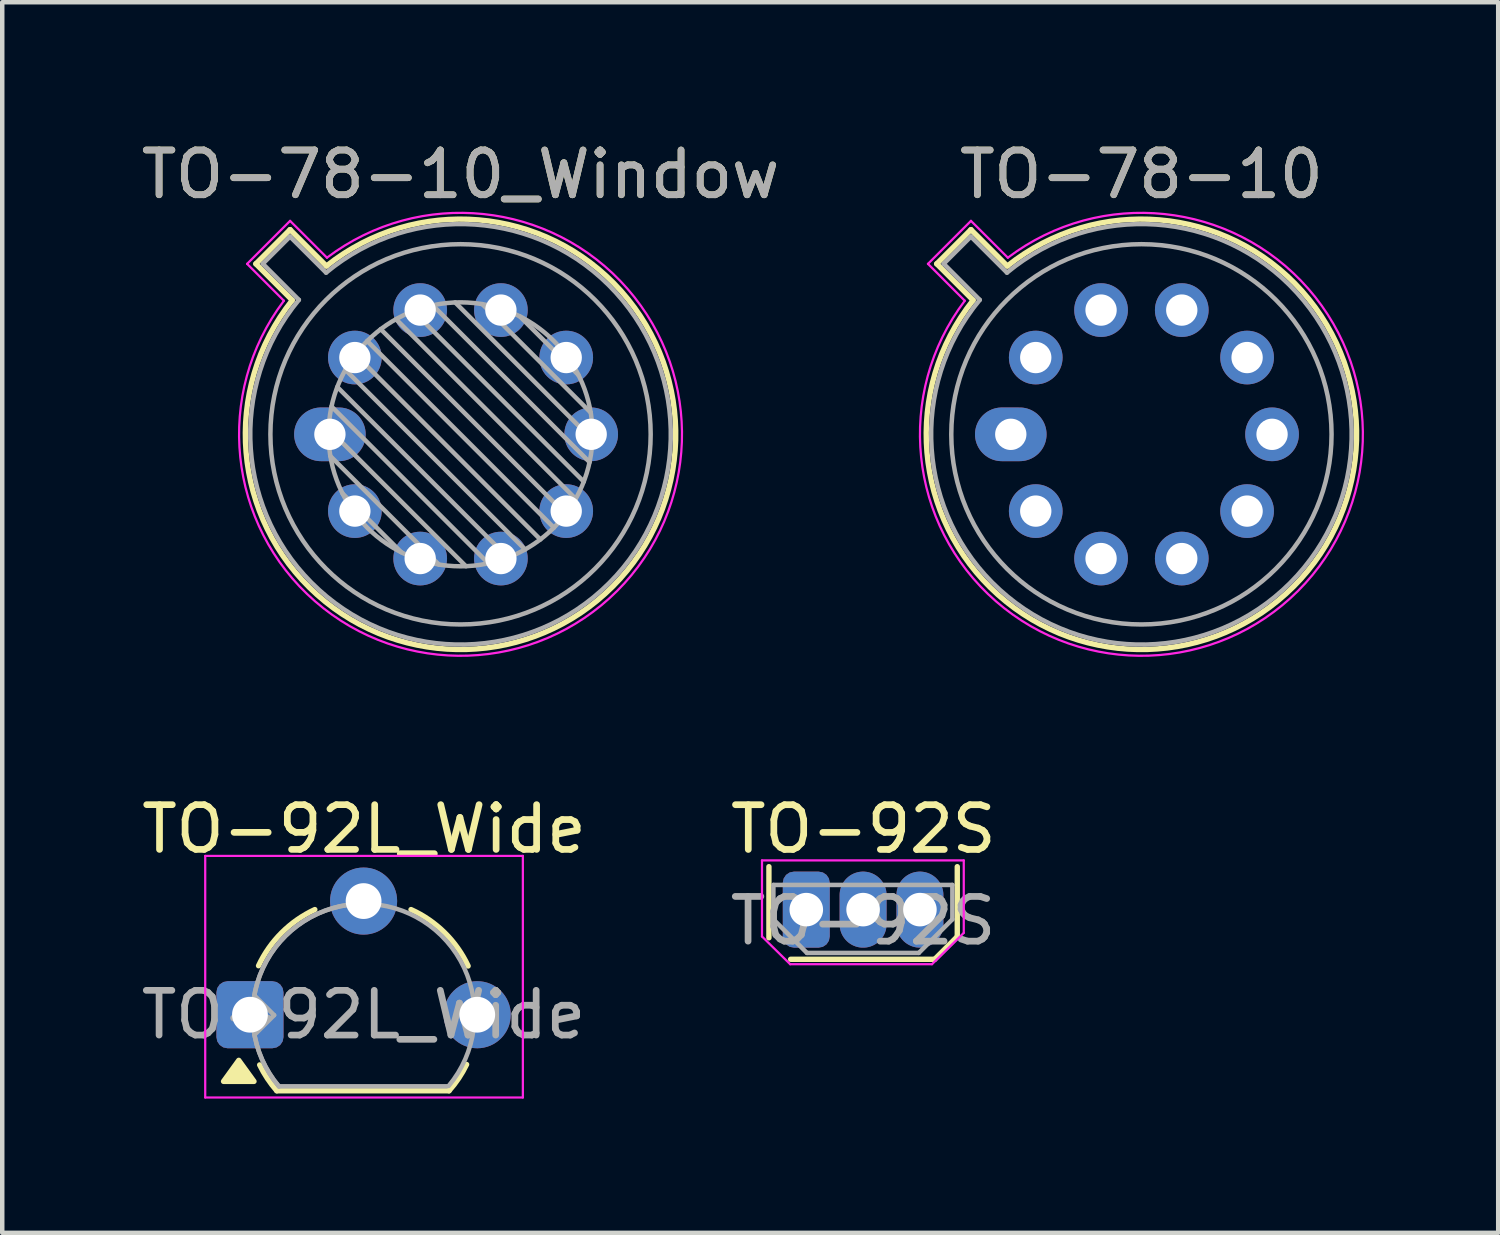
<source format=kicad_pcb>
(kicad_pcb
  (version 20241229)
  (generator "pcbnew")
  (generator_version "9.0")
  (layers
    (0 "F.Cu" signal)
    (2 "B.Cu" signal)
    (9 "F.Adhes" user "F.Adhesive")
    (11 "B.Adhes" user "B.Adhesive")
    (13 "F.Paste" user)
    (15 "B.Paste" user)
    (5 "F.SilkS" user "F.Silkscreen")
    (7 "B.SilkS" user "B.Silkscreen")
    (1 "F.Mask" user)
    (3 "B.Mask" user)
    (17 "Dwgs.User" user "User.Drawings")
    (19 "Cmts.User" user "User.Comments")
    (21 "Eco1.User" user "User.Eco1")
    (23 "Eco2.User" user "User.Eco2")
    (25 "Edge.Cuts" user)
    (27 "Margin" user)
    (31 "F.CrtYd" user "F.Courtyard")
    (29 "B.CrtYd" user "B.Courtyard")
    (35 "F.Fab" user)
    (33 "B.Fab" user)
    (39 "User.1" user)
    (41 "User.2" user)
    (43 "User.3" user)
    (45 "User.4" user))
  (footprint "TO-78-10_Window"
    (layer "F.Cu")
    (at 4.324 6.658)
    (property "Reference" "TO-78-10_Window" (at 2.92 -5.81 0) (layer "F.SilkS") (effects (font (size 1 1) (thickness 0.15))))
    (attr through_hole)
    (fp_line (start -1.655 -3.811) (end -0.842 -2.998) (stroke (width 0.12) (type solid)) (layer "F.SilkS"))
    (fp_line (start -0.891 -4.575) (end -1.655 -3.811) (stroke (width 0.12) (type solid)) (layer "F.SilkS"))
    (fp_line (start -0.078 -3.762) (end -0.891 -4.575) (stroke (width 0.12) (type solid)) (layer "F.SilkS"))
    (fp_arc (start -0.077844 -3.76152) (mid 6.321184 3.401184) (end -0.84152 -2.997844) (stroke (width 0.12) (type solid)) (layer "F.SilkS"))
    (fp_line (start -1.851 -3.81) (end -1.028 -2.986) (stroke (width 0.05) (type solid)) (layer "F.CrtYd"))
    (fp_line (start -0.89 -4.771) (end -1.851 -3.81) (stroke (width 0.05) (type solid)) (layer "F.CrtYd"))
    (fp_line (start -0.066 -3.948) (end -0.89 -4.771) (stroke (width 0.05) (type solid)) (layer "F.CrtYd"))
    (fp_arc (start -0.066162 -3.947827) (mid 6.420179 3.500179) (end -1.027827 -2.986162) (stroke (width 0.05) (type solid)) (layer "F.CrtYd"))
    (fp_line (start -1.5 -3.812) (end -0.694 -3.005) (stroke (width 0.1) (type solid)) (layer "F.Fab"))
    (fp_line (start -0.892 -4.42) (end -1.5 -3.812) (stroke (width 0.1) (type solid)) (layer "F.Fab"))
    (fp_line (start -0.085 -3.614) (end -0.892 -4.42) (stroke (width 0.1) (type solid)) (layer "F.Fab"))
    (fp_line (start -0.028 -0.12) (end 3.04 2.948) (stroke (width 0.1) (type solid)) (layer "F.Fab"))
    (fp_line (start 0.009 0.485) (end 2.435 2.911) (stroke (width 0.1) (type solid)) (layer "F.Fab"))
    (fp_line (start 0.036 -0.622) (end 3.542 2.884) (stroke (width 0.1) (type solid)) (layer "F.Fab"))
    (fp_line (start 0.165 -1.058) (end 3.978 2.755) (stroke (width 0.1) (type solid)) (layer "F.Fab"))
    (fp_line (start 0.283 1.324) (end 1.596 2.637) (stroke (width 0.1) (type solid)) (layer "F.Fab"))
    (fp_line (start 0.346 -1.443) (end 4.363 2.574) (stroke (width 0.1) (type solid)) (layer "F.Fab"))
    (fp_line (start 0.57 -1.784) (end 4.704 2.35) (stroke (width 0.1) (type solid)) (layer "F.Fab"))
    (fp_line (start 0.834 -2.086) (end 5.006 2.086) (stroke (width 0.1) (type solid)) (layer "F.Fab"))
    (fp_line (start 1.136 -2.35) (end 5.27 1.784) (stroke (width 0.1) (type solid)) (layer "F.Fab"))
    (fp_line (start 1.477 -2.574) (end 5.494 1.443) (stroke (width 0.1) (type solid)) (layer "F.Fab"))
    (fp_line (start 1.862 -2.755) (end 5.675 1.058) (stroke (width 0.1) (type solid)) (layer "F.Fab"))
    (fp_line (start 2.298 -2.884) (end 5.804 0.622) (stroke (width 0.1) (type solid)) (layer "F.Fab"))
    (fp_line (start 2.8 -2.948) (end 5.868 0.12) (stroke (width 0.1) (type solid)) (layer "F.Fab"))
    (fp_line (start 3.405 -2.911) (end 5.831 -0.485) (stroke (width 0.1) (type solid)) (layer "F.Fab"))
    (fp_line (start 4.244 -2.637) (end 5.557 -1.324) (stroke (width 0.1) (type solid)) (layer "F.Fab"))
    (fp_arc (start -0.085408 -3.61352) (mid 6.243402 3.323402) (end -0.69352 -3.005408) (stroke (width 0.1) (type solid)) (layer "F.Fab"))
    (fp_circle (center 2.92 0) (end 5.87 0) (stroke (width 0.1) (type solid)) (fill no) (layer "F.Fab"))
    (fp_circle (center 2.92 0) (end 7.17 0) (stroke (width 0.1) (type solid)) (fill no) (layer "F.Fab"))
    (fp_text user "${REFERENCE}" (at 2.92 -5.81 0) (layer "F.Fab") (effects (font (size 1 1) (thickness 0.15))))
    (pad "1" thru_hole oval (at 0 0) (size 1.6 1.2) (drill 0.7) (layers "*.Cu" "*.Mask"))
    (pad "2" thru_hole circle (at 0.558 1.716) (size 1.2 1.2) (drill 0.7) (layers "*.Cu" "*.Mask"))
    (pad "3" thru_hole circle (at 2.018 2.777) (size 1.2 1.2) (drill 0.7) (layers "*.Cu" "*.Mask"))
    (pad "4" thru_hole circle (at 3.822 2.777) (size 1.2 1.2) (drill 0.7) (layers "*.Cu" "*.Mask"))
    (pad "5" thru_hole circle (at 5.282 1.716) (size 1.2 1.2) (drill 0.7) (layers "*.Cu" "*.Mask"))
    (pad "6" thru_hole circle (at 5.84 0) (size 1.2 1.2) (drill 0.7) (layers "*.Cu" "*.Mask"))
    (pad "7" thru_hole circle (at 5.282 -1.716) (size 1.2 1.2) (drill 0.7) (layers "*.Cu" "*.Mask"))
    (pad "8" thru_hole circle (at 3.822 -2.777) (size 1.2 1.2) (drill 0.7) (layers "*.Cu" "*.Mask"))
    (pad "9" thru_hole circle (at 2.018 -2.777) (size 1.2 1.2) (drill 0.7) (layers "*.Cu" "*.Mask"))
    (pad "10" thru_hole circle (at 0.558 -1.716) (size 1.2 1.2) (drill 0.7) (layers "*.Cu" "*.Mask")))
  (footprint "TO-78-10"
    (layer "F.Cu")
    (at 19.543 6.658)
    (property "Reference" "TO-78-10" (at 2.92 -5.81 0) (layer "F.SilkS") (effects (font (size 1 1) (thickness 0.15))))
    (attr through_hole)
    (fp_line (start -1.655 -3.811) (end -0.842 -2.998) (stroke (width 0.12) (type solid)) (layer "F.SilkS"))
    (fp_line (start -0.891 -4.575) (end -1.655 -3.811) (stroke (width 0.12) (type solid)) (layer "F.SilkS"))
    (fp_line (start -0.078 -3.762) (end -0.891 -4.575) (stroke (width 0.12) (type solid)) (layer "F.SilkS"))
    (fp_arc (start -0.077844 -3.76152) (mid 6.321184 3.401184) (end -0.84152 -2.997844) (stroke (width 0.12) (type solid)) (layer "F.SilkS"))
    (fp_line (start -1.851 -3.81) (end -1.028 -2.986) (stroke (width 0.05) (type solid)) (layer "F.CrtYd"))
    (fp_line (start -0.89 -4.771) (end -1.851 -3.81) (stroke (width 0.05) (type solid)) (layer "F.CrtYd"))
    (fp_line (start -0.066 -3.948) (end -0.89 -4.771) (stroke (width 0.05) (type solid)) (layer "F.CrtYd"))
    (fp_arc (start -0.066162 -3.947827) (mid 6.420179 3.500179) (end -1.027827 -2.986162) (stroke (width 0.05) (type solid)) (layer "F.CrtYd"))
    (fp_line (start -1.5 -3.812) (end -0.694 -3.005) (stroke (width 0.1) (type solid)) (layer "F.Fab"))
    (fp_line (start -0.892 -4.42) (end -1.5 -3.812) (stroke (width 0.1) (type solid)) (layer "F.Fab"))
    (fp_line (start -0.085 -3.614) (end -0.892 -4.42) (stroke (width 0.1) (type solid)) (layer "F.Fab"))
    (fp_arc (start -0.085408 -3.61352) (mid 6.243402 3.323402) (end -0.69352 -3.005408) (stroke (width 0.1) (type solid)) (layer "F.Fab"))
    (fp_circle (center 2.92 0) (end 7.17 0) (stroke (width 0.1) (type solid)) (fill no) (layer "F.Fab"))
    (fp_text user "${REFERENCE}" (at 2.92 -5.81 0) (layer "F.Fab") (effects (font (size 1 1) (thickness 0.15))))
    (pad "1" thru_hole oval (at 0 0) (size 1.6 1.2) (drill 0.7) (layers "*.Cu" "*.Mask"))
    (pad "2" thru_hole circle (at 0.558 1.716) (size 1.2 1.2) (drill 0.7) (layers "*.Cu" "*.Mask"))
    (pad "3" thru_hole circle (at 2.018 2.777) (size 1.2 1.2) (drill 0.7) (layers "*.Cu" "*.Mask"))
    (pad "4" thru_hole circle (at 3.822 2.777) (size 1.2 1.2) (drill 0.7) (layers "*.Cu" "*.Mask"))
    (pad "5" thru_hole circle (at 5.282 1.716) (size 1.2 1.2) (drill 0.7) (layers "*.Cu" "*.Mask"))
    (pad "6" thru_hole circle (at 5.84 0) (size 1.2 1.2) (drill 0.7) (layers "*.Cu" "*.Mask"))
    (pad "7" thru_hole circle (at 5.282 -1.716) (size 1.2 1.2) (drill 0.7) (layers "*.Cu" "*.Mask"))
    (pad "8" thru_hole circle (at 3.822 -2.777) (size 1.2 1.2) (drill 0.7) (layers "*.Cu" "*.Mask"))
    (pad "9" thru_hole circle (at 2.018 -2.777) (size 1.2 1.2) (drill 0.7) (layers "*.Cu" "*.Mask"))
    (pad "10" thru_hole circle (at 0.558 -1.716) (size 1.2 1.2) (drill 0.7) (layers "*.Cu" "*.Mask")))
  (footprint "TO-92L_Wide"
    (layer "F.Cu")
    (at 2.537 19.631)
    (property "Reference" "TO-92L_Wide" (at 2.55 -4.15 0) (layer "F.SilkS") (effects (font (size 1 1) (thickness 0.15))))
    (attr through_hole)
    (fp_line (start 0.6 1.7) (end 4.45 1.7) (stroke (width 0.12) (type solid)) (layer "F.SilkS"))
    (fp_arc (start 0.192226 -1.094786) (mid 0.710119 -1.833613) (end 1.45 -2.35) (stroke (width 0.12) (type solid)) (layer "F.SilkS"))
    (fp_arc (start 0.6 1.7) (mid 0.389183 1.423933) (end 0.217369 1.122045) (stroke (width 0.12) (type solid)) (layer "F.SilkS"))
    (fp_arc (start 3.6 -2.35) (mid 4.351408 -1.834367) (end 4.876463 -1.089513) (stroke (width 0.12) (type solid)) (layer "F.SilkS"))
    (fp_arc (start 4.842383 1.112264) (mid 4.666594 1.419753) (end 4.45 1.7) (stroke (width 0.12) (type solid)) (layer "F.SilkS"))
    (fp_poly (pts (xy -0.25 1.02) (xy 0.09 1.49) (xy -0.59 1.49)) (stroke (width 0.12) (type solid)) (fill yes) (layer "F.SilkS"))
    (fp_line (start -1 -3.55) (end -1 1.85) (stroke (width 0.05) (type solid)) (layer "F.CrtYd"))
    (fp_line (start -1 1.85) (end 6.1 1.85) (stroke (width 0.05) (type solid)) (layer "F.CrtYd"))
    (fp_line (start 6.1 -3.55) (end -1 -3.55) (stroke (width 0.05) (type solid)) (layer "F.CrtYd"))
    (fp_line (start 6.1 1.85) (end 6.1 -3.55) (stroke (width 0.05) (type solid)) (layer "F.CrtYd"))
    (fp_line (start 0.1 -0.43) (end 0.54 0.01) (stroke (width 0.1) (type default)) (layer "F.Fab"))
    (fp_line (start 0.1 0.45) (end 0.54 0.01) (stroke (width 0.1) (type default)) (layer "F.Fab"))
    (fp_line (start 0.65 1.6) (end 4.4 1.6) (stroke (width 0.1) (type solid)) (layer "F.Fab"))
    (fp_arc (start 0.647182 1.602385) (mid 0.290076 -1.043188) (end 2.54 -2.48) (stroke (width 0.1) (type solid)) (layer "F.Fab"))
    (fp_arc (start 0.647182 1.602385) (mid 0.290076 -1.043188) (end 2.54 -2.48) (stroke (width 0.1) (type solid)) (layer "F.Fab"))
    (fp_arc (start 2.54 -2.48) (mid 4.787211 -1.049019) (end 4.441103 1.592547) (stroke (width 0.1) (type solid)) (layer "F.Fab"))
    (fp_text user "${REFERENCE}" (at 2.54 0 0) (layer "F.Fab") (effects (font (size 1 1) (thickness 0.15))))
    (pad "1" thru_hole roundrect (at 0 0) (size 1.5 1.5) (drill 0.8) (layers "*.Cu" "*.Mask") (roundrect_rratio 0.167))
    (pad "2" thru_hole circle (at 2.54 -2.54) (size 1.5 1.5) (drill 0.8) (layers "*.Cu" "*.Mask"))
    (pad "3" thru_hole circle (at 5.08 0) (size 1.5 1.5) (drill 0.8) (layers "*.Cu" "*.Mask")))
  (footprint "TO-92S"
    (layer "F.Cu")
    (at 14.972 17.282)
    (property "Reference" "TO-92S" (at 1.275 -1.8 0) (layer "F.SilkS") (effects (font (size 1 1) (thickness 0.15))))
    (attr through_hole)
    (fp_line (start -0.835 -0.96) (end -0.835 0.63) (stroke (width 0.12) (type solid)) (layer "F.SilkS"))
    (fp_line (start -0.35 1.11) (end 2.87 1.11) (stroke (width 0.12) (type solid)) (layer "F.SilkS"))
    (fp_line (start 2.87 1.11) (end 3.375 0.604) (stroke (width 0.12) (type solid)) (layer "F.SilkS"))
    (fp_line (start 3.375 0.6) (end 3.375 -0.96) (stroke (width 0.12) (type solid)) (layer "F.SilkS"))
    (fp_line (start -0.99 -1.1) (end -0.99 0.6) (stroke (width 0.05) (type solid)) (layer "F.CrtYd"))
    (fp_line (start -0.36 1.22) (end -0.99 0.6) (stroke (width 0.05) (type solid)) (layer "F.CrtYd"))
    (fp_line (start -0.36 1.22) (end 2.81 1.22) (stroke (width 0.05) (type solid)) (layer "F.CrtYd"))
    (fp_line (start 2.81 1.22) (end 3.52 0.52) (stroke (width 0.05) (type solid)) (layer "F.CrtYd"))
    (fp_line (start 3.52 -1.1) (end -0.99 -1.1) (stroke (width 0.05) (type solid)) (layer "F.CrtYd"))
    (fp_line (start 3.52 0.52) (end 3.52 -1.1) (stroke (width 0.05) (type solid)) (layer "F.CrtYd"))
    (fp_line (start -0.735 -0.552) (end -0.735 0.217) (stroke (width 0.1) (type solid)) (layer "F.Fab"))
    (fp_line (start -0.735 0.217) (end 0.015 0.968) (stroke (width 0.1) (type solid)) (layer "F.Fab"))
    (fp_line (start 2.515 0.968) (end 0.015 0.968) (stroke (width 0.1) (type solid)) (layer "F.Fab"))
    (fp_line (start 3.265 -0.552) (end -0.735 -0.552) (stroke (width 0.1) (type solid)) (layer "F.Fab"))
    (fp_line (start 3.265 -0.552) (end 3.265 0.217) (stroke (width 0.1) (type solid)) (layer "F.Fab"))
    (fp_line (start 3.265 0.217) (end 2.515 0.968) (stroke (width 0.1) (type solid)) (layer "F.Fab"))
    (fp_text user "${REFERENCE}" (at 1.27 0.25 0) (layer "F.Fab") (effects (font (size 1 1) (thickness 0.15))))
    (pad "1" thru_hole roundrect (at 0 0 180) (size 1.05 1.7) (drill 0.75) (layers "*.Cu" "*.Mask") (roundrect_rratio 0.238))
    (pad "2" thru_hole oval (at 1.27 0 180) (size 1.05 1.7) (drill 0.75) (layers "*.Cu" "*.Mask"))
    (pad "3" thru_hole oval (at 2.54 0 180) (size 1.05 1.7) (drill 0.75) (layers "*.Cu" "*.Mask")))
  (gr_rect
    (start -3 -3)
    (end 30.438 24.506)
    (stroke (width 0.1) (type default))
    (fill no)
    (layer "Edge.Cuts")))
</source>
